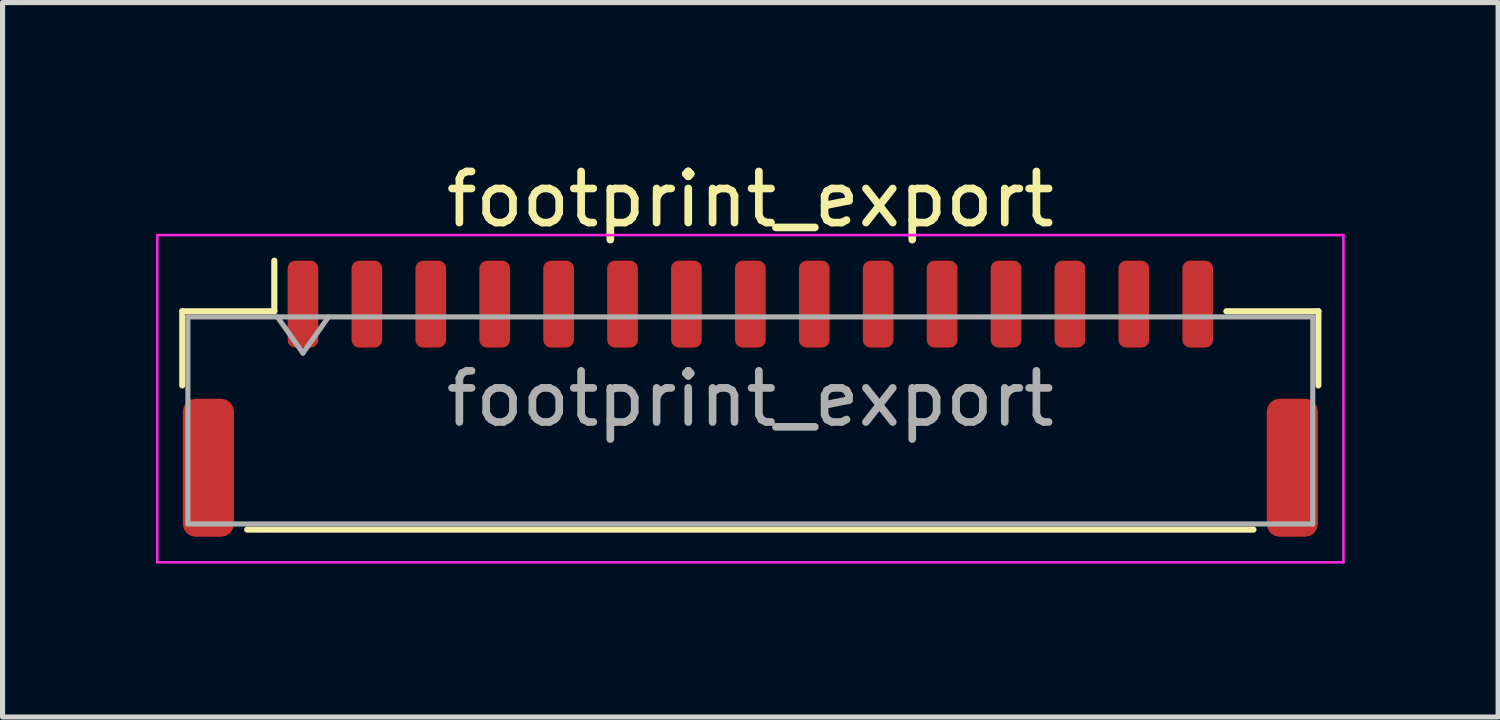
<source format=kicad_pcb>
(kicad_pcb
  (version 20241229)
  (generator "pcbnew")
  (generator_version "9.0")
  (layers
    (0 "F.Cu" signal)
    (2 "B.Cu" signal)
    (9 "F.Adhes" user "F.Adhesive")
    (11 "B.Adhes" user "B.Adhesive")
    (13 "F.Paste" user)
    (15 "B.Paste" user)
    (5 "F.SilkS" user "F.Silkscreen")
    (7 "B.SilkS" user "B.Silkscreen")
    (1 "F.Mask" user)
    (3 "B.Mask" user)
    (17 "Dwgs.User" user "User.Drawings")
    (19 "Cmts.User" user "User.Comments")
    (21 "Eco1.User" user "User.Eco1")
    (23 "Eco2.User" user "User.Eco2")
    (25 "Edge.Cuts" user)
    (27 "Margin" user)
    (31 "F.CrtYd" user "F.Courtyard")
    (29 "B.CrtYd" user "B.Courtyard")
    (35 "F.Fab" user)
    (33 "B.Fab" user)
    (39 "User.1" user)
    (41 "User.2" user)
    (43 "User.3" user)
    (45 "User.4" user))
  (footprint "footprint_export"
    (layer "F.Cu")
    (at 11.625 4.748)
    (property "Reference" "footprint_export" (at 0 -3.9 0) (layer "F.SilkS") (effects (font (size 1 1) (thickness 0.15))))
    (attr smd)
    (fp_line (start -11.11 -1.71) (end -9.31 -1.71) (stroke (width 0.12) (type solid)) (layer "F.SilkS"))
    (fp_line (start -11.11 -0.26) (end -11.11 -1.71) (stroke (width 0.12) (type solid)) (layer "F.SilkS"))
    (fp_line (start -9.84 2.56) (end 9.84 2.56) (stroke (width 0.12) (type solid)) (layer "F.SilkS"))
    (fp_line (start -9.31 -1.71) (end -9.31 -2.7) (stroke (width 0.12) (type solid)) (layer "F.SilkS"))
    (fp_line (start 11.11 -1.71) (end 9.31 -1.71) (stroke (width 0.12) (type solid)) (layer "F.SilkS"))
    (fp_line (start 11.11 -0.26) (end 11.11 -1.71) (stroke (width 0.12) (type solid)) (layer "F.SilkS"))
    (fp_line (start -11.6 -3.2) (end -11.6 3.2) (stroke (width 0.05) (type solid)) (layer "F.CrtYd"))
    (fp_line (start -11.6 3.2) (end 11.6 3.2) (stroke (width 0.05) (type solid)) (layer "F.CrtYd"))
    (fp_line (start 11.6 -3.2) (end -11.6 -3.2) (stroke (width 0.05) (type solid)) (layer "F.CrtYd"))
    (fp_line (start 11.6 3.2) (end 11.6 -3.2) (stroke (width 0.05) (type solid)) (layer "F.CrtYd"))
    (fp_line (start -11 -1.6) (end -11 2.45) (stroke (width 0.1) (type solid)) (layer "F.Fab"))
    (fp_line (start -11 -1.6) (end 11 -1.6) (stroke (width 0.1) (type solid)) (layer "F.Fab"))
    (fp_line (start -11 2.45) (end 11 2.45) (stroke (width 0.1) (type solid)) (layer "F.Fab"))
    (fp_line (start -9.25 -1.6) (end -8.75 -0.893) (stroke (width 0.1) (type solid)) (layer "F.Fab"))
    (fp_line (start -8.75 -0.893) (end -8.25 -1.6) (stroke (width 0.1) (type solid)) (layer "F.Fab"))
    (fp_line (start 11 -1.6) (end 11 2.45) (stroke (width 0.1) (type solid)) (layer "F.Fab"))
    (fp_text user "${REFERENCE}" (at 0 0 0) (layer "F.Fab") (effects (font (size 1 1) (thickness 0.15))))
    (pad "1" smd roundrect (at -8.75 -1.85) (size 0.6 1.7) (layers "F.Cu" "F.Mask" "F.Paste") (roundrect_rratio 0.25))
    (pad "2" smd roundrect (at -7.5 -1.85) (size 0.6 1.7) (layers "F.Cu" "F.Mask" "F.Paste") (roundrect_rratio 0.25))
    (pad "3" smd roundrect (at -6.25 -1.85) (size 0.6 1.7) (layers "F.Cu" "F.Mask" "F.Paste") (roundrect_rratio 0.25))
    (pad "4" smd roundrect (at -5 -1.85) (size 0.6 1.7) (layers "F.Cu" "F.Mask" "F.Paste") (roundrect_rratio 0.25))
    (pad "5" smd roundrect (at -3.75 -1.85) (size 0.6 1.7) (layers "F.Cu" "F.Mask" "F.Paste") (roundrect_rratio 0.25))
    (pad "6" smd roundrect (at -2.5 -1.85) (size 0.6 1.7) (layers "F.Cu" "F.Mask" "F.Paste") (roundrect_rratio 0.25))
    (pad "7" smd roundrect (at -1.25 -1.85) (size 0.6 1.7) (layers "F.Cu" "F.Mask" "F.Paste") (roundrect_rratio 0.25))
    (pad "8" smd roundrect (at 0 -1.85) (size 0.6 1.7) (layers "F.Cu" "F.Mask" "F.Paste") (roundrect_rratio 0.25))
    (pad "9" smd roundrect (at 1.25 -1.85) (size 0.6 1.7) (layers "F.Cu" "F.Mask" "F.Paste") (roundrect_rratio 0.25))
    (pad "10" smd roundrect (at 2.5 -1.85) (size 0.6 1.7) (layers "F.Cu" "F.Mask" "F.Paste") (roundrect_rratio 0.25))
    (pad "11" smd roundrect (at 3.75 -1.85) (size 0.6 1.7) (layers "F.Cu" "F.Mask" "F.Paste") (roundrect_rratio 0.25))
    (pad "12" smd roundrect (at 5 -1.85) (size 0.6 1.7) (layers "F.Cu" "F.Mask" "F.Paste") (roundrect_rratio 0.25))
    (pad "13" smd roundrect (at 6.25 -1.85) (size 0.6 1.7) (layers "F.Cu" "F.Mask" "F.Paste") (roundrect_rratio 0.25))
    (pad "14" smd roundrect (at 7.5 -1.85) (size 0.6 1.7) (layers "F.Cu" "F.Mask" "F.Paste") (roundrect_rratio 0.25))
    (pad "15" smd roundrect (at 8.75 -1.85) (size 0.6 1.7) (layers "F.Cu" "F.Mask" "F.Paste") (roundrect_rratio 0.25))
    (pad "MP" smd roundrect (at -10.6 1.35) (size 1 2.7) (layers "F.Cu" "F.Mask" "F.Paste") (roundrect_rratio 0.25))
    (pad "MP" smd roundrect (at 10.6 1.35) (size 1 2.7) (layers "F.Cu" "F.Mask" "F.Paste") (roundrect_rratio 0.25)))
  (gr_rect
    (start -3 -3)
    (end 26.25 10.973)
    (stroke (width 0.1) (type default))
    (fill no)
    (layer "Edge.Cuts")))
</source>
